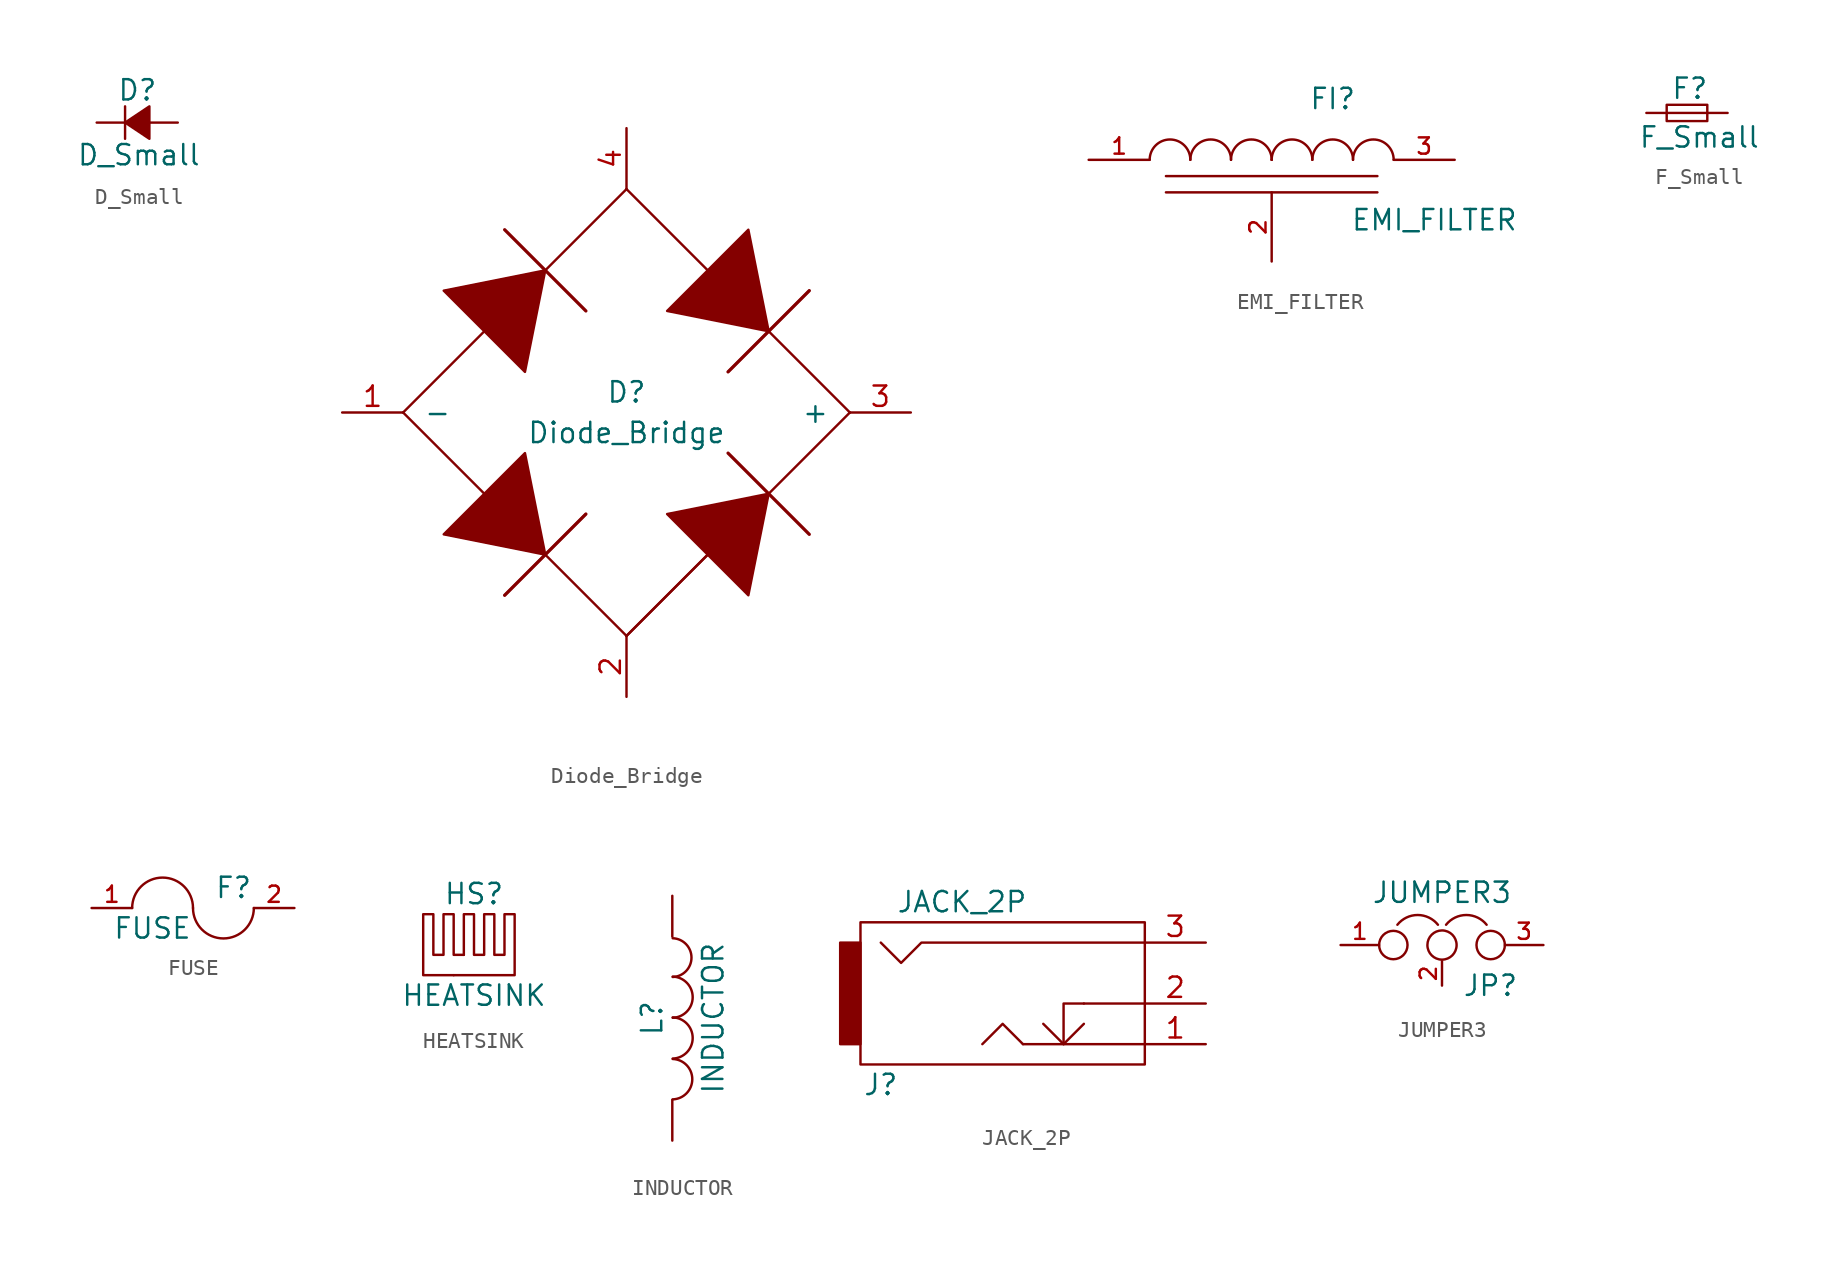
<source format=kicad_sym>
(kicad_symbol_lib
  (version 20211014)
  (generator kicad_symbol_editor)
  (symbol "D_Small"
    (pin_numbers hide)
    (pin_names
      (offset 0.254) hide)
    (property "Reference" "D"
      (at -1.27 2.032 0)
      (effects (font (size 1.27 1.27)) (justify left)))
    (property "Value" "D_Small"
      (at -3.81 -2.032 0)
      (effects (font (size 1.27 1.27)) (justify left)))
    (property "Footprint" ""
      (at 0 0 90)
      (effects (font (size 1.524 1.524))))
    (property "Datasheet" ""
      (at 0 0 90)
      (effects (font (size 1.524 1.524))))
    (symbol "D_Small_0_1"
      (polyline (pts (xy -0.762 -1.016) (xy -0.762 1.016)) (stroke (width 0) (type default) (color 0 0 0 0)) (fill (type none)))
      (polyline (pts (xy 0.762 -1.016) (xy -0.762 0) (xy 0.762 1.016) (xy 0.762 -1.016)) (stroke (width 0) (type default) (color 0 0 0 0)) (fill (type outline))))
    (symbol "D_Small_1_1"
      (pin passive line (at -2.54 0 0) (length 1.778) (name "K" (effects (font (size 1.27 1.27)))) (number "1" (effects (font (size 1.27 1.27)))))
      (pin passive line (at 2.54 0 180) (length 1.778) (name "A" (effects (font (size 1.27 1.27)))) (number "2" (effects (font (size 1.27 1.27)))))))
  (symbol "Diode_Bridge"
    (pin_names
      (offset 1.27))
    (property "Reference" "D"
      (at 0 1.27 0)
      (effects (font (size 1.27 1.27))))
    (property "Value" "Diode_Bridge"
      (at 0 -1.27 0)
      (effects (font (size 1.27 1.27))))
    (property "Footprint" ""
      (at 0 0 0)
      (effects (font (size 1.524 1.524))))
    (property "Datasheet" ""
      (at 0 0 0)
      (effects (font (size 1.524 1.524))))
    (symbol "Diode_Bridge_0_0"
      (polyline (pts (xy -13.97 0) (xy -8.89 -5.08)) (stroke (width 0.152) (type default) (color 0 0 0 0)) (fill (type none)))
      (polyline (pts (xy -13.97 0) (xy -8.89 5.08)) (stroke (width 0.152) (type default) (color 0 0 0 0)) (fill (type none)))
      (polyline (pts (xy -7.62 11.43) (xy -2.54 6.35)) (stroke (width 0.203) (type default) (color 0 0 0 0)) (fill (type none)))
      (polyline (pts (xy -2.54 -6.35) (xy -7.62 -11.43)) (stroke (width 0) (type default) (color 0 0 0 0)) (fill (type none)))
      (polyline (pts (xy -2.54 -6.35) (xy -7.62 -11.43)) (stroke (width 0.203) (type default) (color 0 0 0 0)) (fill (type none)))
      (polyline (pts (xy 0 -13.97) (xy 5.08 -8.89)) (stroke (width 0) (type default) (color 0 0 0 0)) (fill (type none)))
      (polyline (pts (xy 0 -13.97) (xy 5.08 -8.89)) (stroke (width 0.152) (type default) (color 0 0 0 0)) (fill (type none)))
      (polyline (pts (xy 0 13.97) (xy 5.08 8.89)) (stroke (width 0.152) (type default) (color 0 0 0 0)) (fill (type none)))
      (polyline (pts (xy 6.35 -2.54) (xy 11.43 -7.62)) (stroke (width 0.203) (type default) (color 0 0 0 0)) (fill (type none)))
      (polyline (pts (xy 8.89 5.08) (xy 13.97 0)) (stroke (width 0.152) (type default) (color 0 0 0 0)) (fill (type none)))
      (polyline (pts (xy 11.43 7.62) (xy 6.35 2.54)) (stroke (width 0) (type default) (color 0 0 0 0)) (fill (type none)))
      (polyline (pts (xy 11.43 7.62) (xy 6.35 2.54)) (stroke (width 0.203) (type default) (color 0 0 0 0)) (fill (type none)))
      (polyline (pts (xy 13.97 0) (xy 8.89 -5.08)) (stroke (width 0.152) (type default) (color 0 0 0 0)) (fill (type none)))
      (polyline (pts (xy -11.43 7.62) (xy -5.08 8.89) (xy -6.35 2.54) (xy -11.43 7.62) (xy -11.43 7.62)) (stroke (width 0) (type default) (color 0 0 0 0)) (fill (type outline)))
      (polyline (pts (xy -6.35 -2.54) (xy -5.08 -8.89) (xy -11.43 -7.62) (xy -6.35 -2.54) (xy -6.35 -2.54)) (stroke (width 0) (type default) (color 0 0 0 0)) (fill (type outline)))
      (polyline (pts (xy 2.54 -6.35) (xy 8.89 -5.08) (xy 7.62 -11.43) (xy 2.54 -6.35) (xy 2.54 -6.35)) (stroke (width 0) (type default) (color 0 0 0 0)) (fill (type outline)))
      (polyline (pts (xy 7.62 11.43) (xy 8.89 5.08) (xy 2.54 6.35) (xy 7.62 11.43) (xy 7.62 11.43)) (stroke (width 0) (type default) (color 0 0 0 0)) (fill (type outline))))
    (symbol "Diode_Bridge_0_1"
      (polyline (pts (xy -5.08 -8.89) (xy 0 -13.97)) (stroke (width 0.152) (type default) (color 0 0 0 0)) (fill (type none)))
      (polyline (pts (xy -5.08 8.89) (xy 0 13.97)) (stroke (width 0.152) (type default) (color 0 0 0 0)) (fill (type none))))
    (symbol "Diode_Bridge_1_1"
      (pin input line (at -17.78 0 0) (length 3.81) (name "-" (effects (font (size 1.27 1.27)))) (number "1" (effects (font (size 1.27 1.27)))))
      (pin input line (at 0 -17.78 90) (length 3.81) (name "~" (effects (font (size 1.27 1.27)))) (number "2" (effects (font (size 1.27 1.27)))))
      (pin input line (at 17.78 0 180) (length 3.81) (name "+" (effects (font (size 1.27 1.27)))) (number "3" (effects (font (size 1.27 1.27)))))
      (pin input line (at 0 17.78 270) (length 3.81) (name "~" (effects (font (size 1.27 1.27)))) (number "4" (effects (font (size 1.27 1.27)))))))
  (symbol "EMI_FILTER"
    (pin_names
      (offset 1.016) hide)
    (property "Reference" "FI"
      (at 3.81 3.81 0)
      (effects (font (size 1.27 1.27))))
    (property "Value" "EMI_FILTER"
      (at 10.16 -3.759 0)
      (effects (font (size 1.27 1.27))))
    (property "Footprint" ""
      (at 0 0 0)
      (effects (font (size 1.524 1.524))))
    (property "Datasheet" ""
      (at 0 0 0)
      (effects (font (size 1.524 1.524))))
    (symbol "EMI_FILTER_0_1"
      (arc (start -5.08 0) (mid -6.35 1.27) (end -7.62 0) (stroke (width 0) (type default) (color 0 0 0 0)) (fill (type none)))
      (arc (start -2.54 0) (mid -3.81 1.27) (end -5.08 0) (stroke (width 0) (type default) (color 0 0 0 0)) (fill (type none)))
      (arc (start 0 0) (mid -1.27 1.27) (end -2.54 0) (stroke (width 0) (type default) (color 0 0 0 0)) (fill (type none)))
      (arc (start 0 0) (mid 0 0) (end 0 0) (stroke (width 0) (type default) (color 0 0 0 0)) (fill (type none)))
      (polyline (pts (xy -6.604 -2.032) (xy 6.604 -2.032) (xy 6.604 -2.032)) (stroke (width 0) (type default) (color 0 0 0 0)) (fill (type none)))
      (polyline (pts (xy -6.604 -1.016) (xy 6.604 -1.016) (xy 6.604 -1.016) (xy 6.604 -1.016) (xy 6.604 -1.016)) (stroke (width 0) (type default) (color 0 0 0 0)) (fill (type none)))
      (arc (start 2.54 0) (mid 1.27 1.27) (end 0 0) (stroke (width 0) (type default) (color 0 0 0 0)) (fill (type none)))
      (arc (start 5.08 0) (mid 3.81 1.27) (end 2.54 0) (stroke (width 0) (type default) (color 0 0 0 0)) (fill (type none)))
      (arc (start 7.62 0) (mid 6.35 1.27) (end 5.08 0) (stroke (width 0) (type default) (color 0 0 0 0)) (fill (type none))))
    (symbol "EMI_FILTER_1_1"
      (pin passive line (at -11.43 0 0) (length 3.81) (name "VI" (effects (font (size 1.016 1.016)))) (number "1" (effects (font (size 1.016 1.016)))))
      (pin passive line (at 0 -6.35 90) (length 4.318) (name "GND" (effects (font (size 1.016 1.016)))) (number "2" (effects (font (size 1.016 1.016)))))
      (pin passive line (at 11.43 0 180) (length 3.81) (name "VO" (effects (font (size 1.016 1.016)))) (number "3" (effects (font (size 1.016 1.016)))))))
  (symbol "F_Small"
    (pin_numbers hide)
    (pin_names
      (offset 0.254) hide)
    (property "Reference" "F"
      (at -1.016 1.524 0)
      (effects (font (size 1.27 1.27)) (justify left)))
    (property "Value" "F_Small"
      (at -3.048 -1.524 0)
      (effects (font (size 1.27 1.27)) (justify left)))
    (property "Footprint" ""
      (at 0 0 0)
      (effects (font (size 1.524 1.524))))
    (property "Datasheet" ""
      (at 0 0 0)
      (effects (font (size 1.524 1.524))))
    (symbol "F_Small_0_1"
      (rectangle (start -1.27 0.508) (end 1.27 -0.508) (stroke (width 0) (type default) (color 0 0 0 0)) (fill (type none)))
      (polyline (pts (xy -1.27 0) (xy 1.27 0)) (stroke (width 0) (type default) (color 0 0 0 0)) (fill (type none))))
    (symbol "F_Small_1_1"
      (pin passive line (at -2.54 0 0) (length 1.27) (name "~" (effects (font (size 1.016 1.016)))) (number "1" (effects (font (size 1.016 1.016)))))
      (pin passive line (at 2.54 0 180) (length 1.27) (name "~" (effects (font (size 1.016 1.016)))) (number "2" (effects (font (size 1.016 1.016)))))))
  (symbol "FUSE"
    (pin_names
      (offset 0.254))
    (property "Reference" "F"
      (at 2.54 1.27 0)
      (effects (font (size 1.27 1.27))))
    (property "Value" "FUSE"
      (at -2.54 -1.27 0)
      (effects (font (size 1.27 1.27))))
    (property "Footprint" ""
      (at 0 0 0)
      (effects (font (size 1.524 1.524))))
    (property "Datasheet" ""
      (at 0 0 0)
      (effects (font (size 1.524 1.524))))
    (symbol "FUSE_0_1"
      (arc (start 0 0) (mid -1.905 1.905) (end -3.81 0) (stroke (width 0) (type default) (color 0 0 0 0)) (fill (type none)))
      (arc (start 0 0) (mid 1.905 -1.905) (end 3.81 0) (stroke (width 0) (type default) (color 0 0 0 0)) (fill (type none))))
    (symbol "FUSE_1_1"
      (pin input line (at -6.35 0 0) (length 2.54) (name "~" (effects (font (size 1.016 1.016)))) (number "1" (effects (font (size 1.016 1.016)))))
      (pin input line (at 6.35 0 180) (length 2.54) (name "~" (effects (font (size 1.016 1.016)))) (number "2" (effects (font (size 1.016 1.016)))))))
  (symbol "HEATSINK"
    (pin_names
      (offset 1.016))
    (property "Reference" "HS"
      (at 0 5.08 0)
      (effects (font (size 1.27 1.27))))
    (property "Value" "HEATSINK"
      (at 0 -1.27 0)
      (effects (font (size 1.27 1.27))))
    (property "Footprint" ""
      (at 0 0 0)
      (effects (font (size 1.524 1.524))))
    (property "Datasheet" ""
      (at 0 0 0)
      (effects (font (size 1.524 1.524))))
    (symbol "HEATSINK_0_1"
      (polyline (pts (xy -0.635 1.27) (xy -1.27 1.27) (xy -1.27 3.81) (xy -1.905 3.81) (xy -1.905 1.27) (xy -2.54 1.27) (xy -2.54 3.81) (xy -3.175 3.81) (xy -3.175 0) (xy -1.27 0)) (stroke (width 0) (type default) (color 0 0 0 0)) (fill (type none)))
      (polyline (pts (xy -0.635 1.27) (xy -0.635 3.81) (xy 0 3.81) (xy 0 1.27) (xy 0.635 1.27) (xy 0.635 3.81) (xy 1.27 3.81) (xy 1.27 1.27) (xy 1.905 1.27) (xy 1.905 3.81) (xy 2.54 3.81) (xy 2.54 0) (xy -1.27 0)) (stroke (width 0) (type default) (color 0 0 0 0)) (fill (type none)))))
  (symbol "INDUCTOR"
    (pin_numbers hide)
    (pin_names
      (offset 1.016) hide)
    (property "Reference" "L"
      (at -1.27 0 90)
      (effects (font (size 1.27 1.27))))
    (property "Value" "INDUCTOR"
      (at 2.54 0 90)
      (effects (font (size 1.27 1.27))))
    (property "Footprint" ""
      (at 0 0 0)
      (effects (font (size 1.524 1.524))))
    (property "Datasheet" ""
      (at 0 0 0)
      (effects (font (size 1.524 1.524))))
    (symbol "INDUCTOR_0_1"
      (arc (start 0.0254 -5.0546) (mid 1.2449 -3.8097) (end 0.0254 -2.54) (stroke (width 0) (type default) (color 0 0 0 0)) (fill (type none)))
      (arc (start 0.0254 -2.5146) (mid 1.2703 -1.2444) (end 0.0254 0.0508) (stroke (width 0) (type default) (color 0 0 0 0)) (fill (type none)))
      (arc (start 0.0254 0.0254) (mid 1.2703 1.2956) (end 0.0254 2.5908) (stroke (width 0) (type default) (color 0 0 0 0)) (fill (type none)))
      (arc (start 0.0254 2.5654) (mid 1.1941 3.7595) (end 0.0254 4.9784) (stroke (width 0) (type default) (color 0 0 0 0)) (fill (type none))))
    (symbol "INDUCTOR_1_1"
      (pin passive line (at 0 7.62 270) (length 2.54) (name "1" (effects (font (size 1.778 1.778)))) (number "1" (effects (font (size 1.778 1.778)))))
      (pin passive line (at 0 -7.62 90) (length 2.54) (name "2" (effects (font (size 1.778 1.778)))) (number "2" (effects (font (size 1.778 1.778)))))))
  (symbol "JACK_2P"
    (pin_names
      (offset 1.016))
    (property "Reference" "J"
      (at -8.89 -5.08 0)
      (effects (font (size 1.27 1.27))))
    (property "Value" "JACK_2P"
      (at -3.81 6.35 0)
      (effects (font (size 1.27 1.27))))
    (property "Footprint" ""
      (at 0 0 0)
      (effects (font (size 1.524 1.524))))
    (property "Datasheet" ""
      (at 0 0 0)
      (effects (font (size 1.524 1.524))))
    (symbol "JACK_2P_0_1"
      (rectangle (start -11.43 3.81) (end -10.16 -2.54) (stroke (width 0) (type default) (color 0 0 0 0)) (fill (type outline)))
      (polyline (pts (xy 3.81 0) (xy 7.62 0) (xy 7.62 0)) (stroke (width 0) (type default) (color 0 0 0 0)) (fill (type none)))
      (polyline (pts (xy 0 -2.54) (xy -1.27 -1.27) (xy -2.54 -2.54) (xy -2.54 -2.54)) (stroke (width 0) (type default) (color 0 0 0 0)) (fill (type none)))
      (polyline (pts (xy 0 -2.54) (xy 7.62 -2.54) (xy 7.62 -2.54) (xy 7.62 -2.54)) (stroke (width 0) (type default) (color 0 0 0 0)) (fill (type none)))
      (polyline (pts (xy 1.27 -1.27) (xy 2.54 -2.54) (xy 3.81 -1.27) (xy 3.81 -1.27)) (stroke (width 0) (type default) (color 0 0 0 0)) (fill (type none)))
      (polyline (pts (xy 3.81 0) (xy 2.54 0) (xy 2.54 -2.54) (xy 2.54 -2.54)) (stroke (width 0) (type default) (color 0 0 0 0)) (fill (type none)))
      (polyline (pts (xy 7.62 3.81) (xy -6.35 3.81) (xy -7.62 2.54) (xy -8.89 3.81) (xy -8.89 3.81)) (stroke (width 0) (type default) (color 0 0 0 0)) (fill (type none)))
      (rectangle (start 7.62 -3.81) (end -10.16 5.08) (stroke (width 0) (type default) (color 0 0 0 0)) (fill (type none))))
    (symbol "JACK_2P_1_1"
      (pin passive line (at 11.43 -2.54 180) (length 3.81) (name "~" (effects (font (size 1.27 1.27)))) (number "1" (effects (font (size 1.27 1.27)))))
      (pin passive line (at 11.43 0 180) (length 3.81) (name "~" (effects (font (size 1.27 1.27)))) (number "2" (effects (font (size 1.27 1.27)))))
      (pin passive line (at 11.43 3.81 180) (length 3.81) (name "~" (effects (font (size 1.27 1.27)))) (number "3" (effects (font (size 1.27 1.27)))))))
  (symbol "JUMPER3"
    (pin_names
      (offset 0.762) hide)
    (property "Reference" "JP"
      (at 1.27 -2.54 0)
      (effects (font (size 1.27 1.27)) (justify left)))
    (property "Value" "JUMPER3"
      (at 0 2.54 0)
      (effects (font (size 1.27 1.27)) (justify bottom)))
    (property "Footprint" ""
      (at 0 0 0)
      (effects (font (size 1.524 1.524))))
    (property "Datasheet" ""
      (at 0 0 0)
      (effects (font (size 1.524 1.524))))
    (symbol "JUMPER3_0_1"
      (circle (center -3.048 0) (radius 0.889) (stroke (width 0) (type default) (color 0 0 0 0)) (fill (type none)))
      (arc (start -0.254 1.27) (mid -1.524 1.8804) (end -2.794 1.27) (stroke (width 0) (type default) (color 0 0 0 0)) (fill (type none)))
      (circle (center 0 0) (radius 0.914) (stroke (width 0) (type default) (color 0 0 0 0)) (fill (type none)))
      (arc (start 2.794 1.27) (mid 1.524 1.8804) (end 0.254 1.27) (stroke (width 0) (type default) (color 0 0 0 0)) (fill (type none)))
      (circle (center 3.048 0) (radius 0.889) (stroke (width 0) (type default) (color 0 0 0 0)) (fill (type none)))
      (pin passive line (at -6.35 0 0) (length 2.413) (name "1" (effects (font (size 1.016 1.016)))) (number "1" (effects (font (size 1.016 1.016)))))
      (pin passive line (at 0 -2.54 90) (length 1.524) (name "2" (effects (font (size 1.016 1.016)))) (number "2" (effects (font (size 1.016 1.016)))))
      (pin passive line (at 6.35 0 180) (length 2.413) (name "3" (effects (font (size 1.016 1.016)))) (number "3" (effects (font (size 1.016 1.016))))))))
</source>
